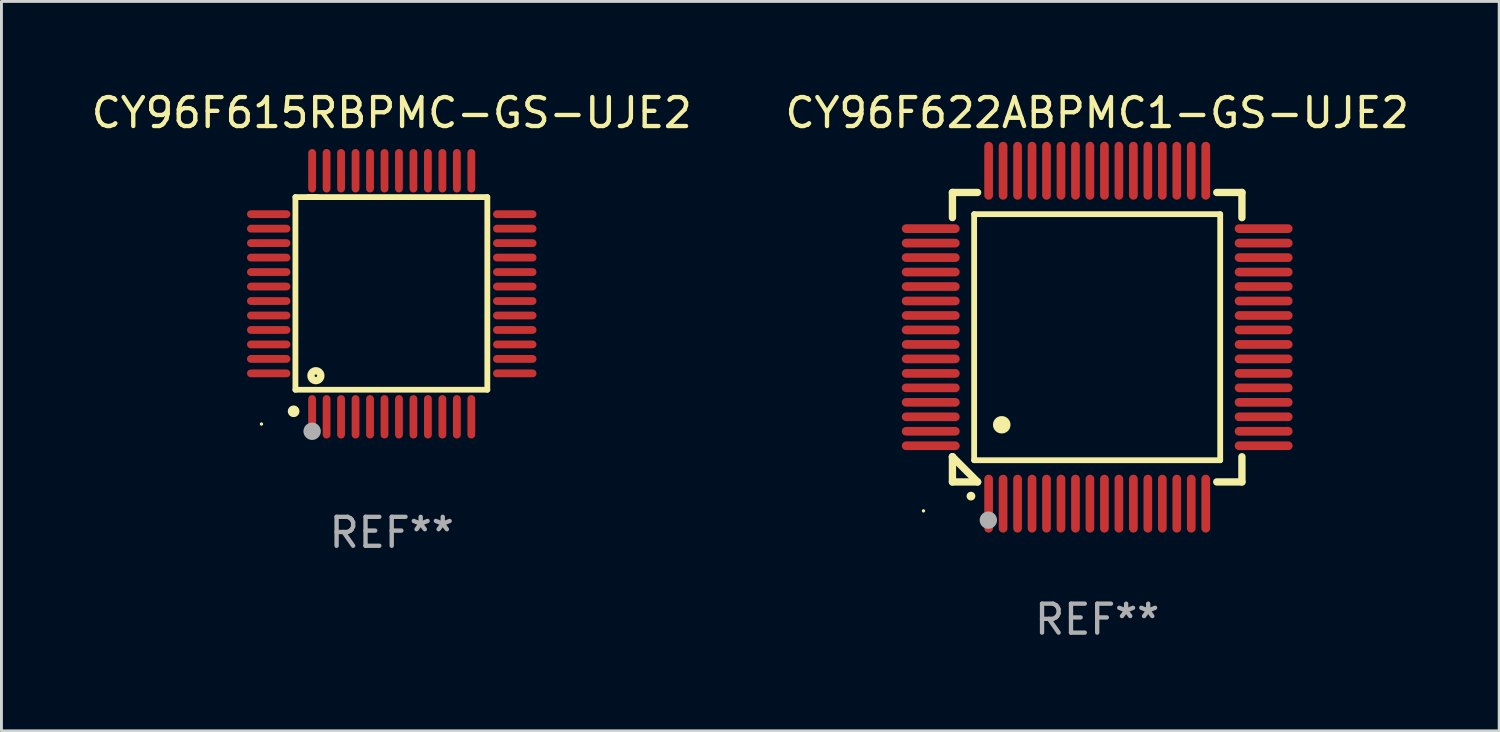
<source format=kicad_pcb>
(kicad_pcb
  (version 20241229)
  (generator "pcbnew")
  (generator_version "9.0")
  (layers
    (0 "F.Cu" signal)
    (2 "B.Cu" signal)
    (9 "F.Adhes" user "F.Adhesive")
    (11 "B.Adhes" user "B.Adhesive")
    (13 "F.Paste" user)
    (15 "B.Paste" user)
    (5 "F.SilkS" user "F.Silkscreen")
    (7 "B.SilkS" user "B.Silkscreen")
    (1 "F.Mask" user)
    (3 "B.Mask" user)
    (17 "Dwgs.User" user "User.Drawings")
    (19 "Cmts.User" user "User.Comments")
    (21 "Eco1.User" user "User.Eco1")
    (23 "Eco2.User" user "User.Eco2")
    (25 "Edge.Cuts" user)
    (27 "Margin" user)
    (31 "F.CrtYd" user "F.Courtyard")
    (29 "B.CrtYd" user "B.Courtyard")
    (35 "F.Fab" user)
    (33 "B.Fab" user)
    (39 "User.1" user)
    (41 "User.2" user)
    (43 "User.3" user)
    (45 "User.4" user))
  (footprint "CY96F615RBPMC-GS-UJE2"
    (layer "F.Cu")
    (at 10.482 7.098)
    (property "Reference" "CY96F615RBPMC-GS-UJE2" (at 0 -6.25 0) (layer "F.SilkS") (effects (font (size 1 1) (thickness 0.15))))
    (attr through_hole)
    (fp_line (start -3.327 -3.34) (end -2.565 -3.34) (stroke (width 0.2) (type solid)) (layer "F.SilkS"))
    (fp_line (start -3.327 3.315) (end -3.327 -3.34) (stroke (width 0.2) (type solid)) (layer "F.SilkS"))
    (fp_line (start -2.896 -3.34) (end 3.302 -3.34) (stroke (width 0.2) (type solid)) (layer "F.SilkS"))
    (fp_line (start 3.302 -3.34) (end 3.302 3.315) (stroke (width 0.2) (type solid)) (layer "F.SilkS"))
    (fp_line (start 3.302 3.315) (end -3.327 3.315) (stroke (width 0.2) (type solid)) (layer "F.SilkS"))
    (fp_arc (start -3.389992 4.059995) (mid -3.388722 4.059991) (end -3.387452 4.059995) (stroke (width 0.4) (type solid)) (layer "F.SilkS"))
    (fp_circle (center -4.5 4.5) (end -4.47 4.5) (stroke (width 0.06) (type solid)) (fill no) (layer "F.SilkS"))
    (fp_circle (center -2.62 2.83) (end -2.45 2.83) (stroke (width 0.254) (type solid)) (fill no) (layer "F.SilkS"))
    (fp_circle (center -2.75 4.75) (end -2.6 4.75) (stroke (width 0.3) (type solid)) (fill no) (layer "F.Fab"))
    (fp_text user "REF**" (at 0 8.25 0) (layer "F.Fab") (effects (font (size 1 1) (thickness 0.15))))
    (pad "1" smd oval (at -2.75 4.25) (size 0.27 1.5) (layers "F.Cu" "F.Mask" "F.Paste"))
    (pad "2" smd oval (at -2.25 4.25) (size 0.27 1.5) (layers "F.Cu" "F.Mask" "F.Paste"))
    (pad "3" smd oval (at -1.75 4.25) (size 0.27 1.5) (layers "F.Cu" "F.Mask" "F.Paste"))
    (pad "4" smd oval (at -1.25 4.25) (size 0.27 1.5) (layers "F.Cu" "F.Mask" "F.Paste"))
    (pad "5" smd oval (at -0.75 4.25) (size 0.27 1.5) (layers "F.Cu" "F.Mask" "F.Paste"))
    (pad "6" smd oval (at -0.25 4.25) (size 0.27 1.5) (layers "F.Cu" "F.Mask" "F.Paste"))
    (pad "7" smd oval (at 0.25 4.25) (size 0.27 1.5) (layers "F.Cu" "F.Mask" "F.Paste"))
    (pad "8" smd oval (at 0.75 4.25) (size 0.27 1.5) (layers "F.Cu" "F.Mask" "F.Paste"))
    (pad "9" smd oval (at 1.25 4.25) (size 0.27 1.5) (layers "F.Cu" "F.Mask" "F.Paste"))
    (pad "10" smd oval (at 1.75 4.25) (size 0.27 1.5) (layers "F.Cu" "F.Mask" "F.Paste"))
    (pad "11" smd oval (at 2.25 4.25) (size 0.27 1.5) (layers "F.Cu" "F.Mask" "F.Paste"))
    (pad "12" smd oval (at 2.75 4.25) (size 0.27 1.5) (layers "F.Cu" "F.Mask" "F.Paste"))
    (pad "13" smd oval (at 4.25 2.75) (size 1.5 0.27) (layers "F.Cu" "F.Mask" "F.Paste"))
    (pad "14" smd oval (at 4.25 2.25) (size 1.5 0.27) (layers "F.Cu" "F.Mask" "F.Paste"))
    (pad "15" smd oval (at 4.25 1.75) (size 1.5 0.27) (layers "F.Cu" "F.Mask" "F.Paste"))
    (pad "16" smd oval (at 4.25 1.25) (size 1.5 0.27) (layers "F.Cu" "F.Mask" "F.Paste"))
    (pad "17" smd oval (at 4.25 0.75) (size 1.5 0.27) (layers "F.Cu" "F.Mask" "F.Paste"))
    (pad "18" smd oval (at 4.25 0.25) (size 1.5 0.27) (layers "F.Cu" "F.Mask" "F.Paste"))
    (pad "19" smd oval (at 4.25 -0.25) (size 1.5 0.27) (layers "F.Cu" "F.Mask" "F.Paste"))
    (pad "20" smd oval (at 4.25 -0.75) (size 1.5 0.27) (layers "F.Cu" "F.Mask" "F.Paste"))
    (pad "21" smd oval (at 4.25 -1.25) (size 1.5 0.27) (layers "F.Cu" "F.Mask" "F.Paste"))
    (pad "22" smd oval (at 4.25 -1.75) (size 1.5 0.27) (layers "F.Cu" "F.Mask" "F.Paste"))
    (pad "23" smd oval (at 4.25 -2.25) (size 1.5 0.27) (layers "F.Cu" "F.Mask" "F.Paste"))
    (pad "24" smd oval (at 4.25 -2.75) (size 1.5 0.27) (layers "F.Cu" "F.Mask" "F.Paste"))
    (pad "25" smd oval (at 2.75 -4.25) (size 0.27 1.5) (layers "F.Cu" "F.Mask" "F.Paste"))
    (pad "26" smd oval (at 2.25 -4.25) (size 0.27 1.5) (layers "F.Cu" "F.Mask" "F.Paste"))
    (pad "27" smd oval (at 1.75 -4.25) (size 0.27 1.5) (layers "F.Cu" "F.Mask" "F.Paste"))
    (pad "28" smd oval (at 1.25 -4.25) (size 0.27 1.5) (layers "F.Cu" "F.Mask" "F.Paste"))
    (pad "29" smd oval (at 0.75 -4.25) (size 0.27 1.5) (layers "F.Cu" "F.Mask" "F.Paste"))
    (pad "30" smd oval (at 0.25 -4.25) (size 0.27 1.5) (layers "F.Cu" "F.Mask" "F.Paste"))
    (pad "31" smd oval (at -0.25 -4.25) (size 0.27 1.5) (layers "F.Cu" "F.Mask" "F.Paste"))
    (pad "32" smd oval (at -0.75 -4.25) (size 0.27 1.5) (layers "F.Cu" "F.Mask" "F.Paste"))
    (pad "33" smd oval (at -1.25 -4.25) (size 0.27 1.5) (layers "F.Cu" "F.Mask" "F.Paste"))
    (pad "34" smd oval (at -1.75 -4.25) (size 0.27 1.5) (layers "F.Cu" "F.Mask" "F.Paste"))
    (pad "35" smd oval (at -2.25 -4.25) (size 0.27 1.5) (layers "F.Cu" "F.Mask" "F.Paste"))
    (pad "36" smd oval (at -2.75 -4.25) (size 0.27 1.5) (layers "F.Cu" "F.Mask" "F.Paste"))
    (pad "37" smd oval (at -4.25 -2.75) (size 1.5 0.27) (layers "F.Cu" "F.Mask" "F.Paste"))
    (pad "38" smd oval (at -4.25 -2.25) (size 1.5 0.27) (layers "F.Cu" "F.Mask" "F.Paste"))
    (pad "39" smd oval (at -4.25 -1.75) (size 1.5 0.27) (layers "F.Cu" "F.Mask" "F.Paste"))
    (pad "40" smd oval (at -4.25 -1.25) (size 1.5 0.27) (layers "F.Cu" "F.Mask" "F.Paste"))
    (pad "41" smd oval (at -4.25 -0.75) (size 1.5 0.27) (layers "F.Cu" "F.Mask" "F.Paste"))
    (pad "42" smd oval (at -4.25 -0.25) (size 1.5 0.27) (layers "F.Cu" "F.Mask" "F.Paste"))
    (pad "43" smd oval (at -4.25 0.25) (size 1.5 0.27) (layers "F.Cu" "F.Mask" "F.Paste"))
    (pad "44" smd oval (at -4.25 0.75) (size 1.5 0.27) (layers "F.Cu" "F.Mask" "F.Paste"))
    (pad "45" smd oval (at -4.25 1.25) (size 1.5 0.27) (layers "F.Cu" "F.Mask" "F.Paste"))
    (pad "46" smd oval (at -4.25 1.75) (size 1.5 0.27) (layers "F.Cu" "F.Mask" "F.Paste"))
    (pad "47" smd oval (at -4.25 2.25) (size 1.5 0.27) (layers "F.Cu" "F.Mask" "F.Paste"))
    (pad "48" smd oval (at -4.25 2.75) (size 1.5 0.27) (layers "F.Cu" "F.Mask" "F.Paste")))
  (footprint "CY96F622ABPMC1-GS-UJE2"
    (layer "F.Cu")
    (at 34.851 8.598)
    (property "Reference" "CY96F622ABPMC1-GS-UJE2" (at 0 -7.75 0) (layer "F.SilkS") (effects (font (size 1 1) (thickness 0.15))))
    (attr through_hole)
    (fp_line (start -5 -5) (end -4.131 -5) (stroke (width 0.254) (type solid)) (layer "F.SilkS"))
    (fp_line (start -5 -4.131) (end -5 -5) (stroke (width 0.254) (type solid)) (layer "F.SilkS"))
    (fp_line (start -5 4.131) (end -5 4.131) (stroke (width 0.254) (type solid)) (layer "F.SilkS"))
    (fp_line (start -5 5) (end -5 4.131) (stroke (width 0.254) (type solid)) (layer "F.SilkS"))
    (fp_line (start -5 4.131) (end -4.131 5) (stroke (width 0.254) (type solid)) (layer "F.SilkS"))
    (fp_line (start -4.25 -4.25) (end -4.25 4.25) (stroke (width 0.2) (type solid)) (layer "F.SilkS"))
    (fp_line (start -4.25 4.25) (end 4.25 4.25) (stroke (width 0.2) (type solid)) (layer "F.SilkS"))
    (fp_line (start -4.131 5) (end -5 5) (stroke (width 0.254) (type solid)) (layer "F.SilkS"))
    (fp_line (start 4.25 -4.25) (end -4.25 -4.25) (stroke (width 0.2) (type solid)) (layer "F.SilkS"))
    (fp_line (start 4.25 4.25) (end 4.25 -4.25) (stroke (width 0.2) (type solid)) (layer "F.SilkS"))
    (fp_line (start 5 -5) (end 4.131 -5) (stroke (width 0.254) (type solid)) (layer "F.SilkS"))
    (fp_line (start 5 -5) (end 5 -4.131) (stroke (width 0.254) (type solid)) (layer "F.SilkS"))
    (fp_line (start 5 4.131) (end 5 5) (stroke (width 0.254) (type solid)) (layer "F.SilkS"))
    (fp_line (start 5 5) (end 4.131 5) (stroke (width 0.254) (type solid)) (layer "F.SilkS"))
    (fp_arc (start -4.361265 5.489992) (mid -4.359995 5.489987) (end -4.358725 5.489992) (stroke (width 0.3) (type solid)) (layer "F.SilkS"))
    (fp_arc (start -3.299467 3.025146) (mid -3.296927 3.025135) (end -3.294387 3.025146) (stroke (width 0.6) (type solid)) (layer "F.SilkS"))
    (fp_circle (center -6 6) (end -5.97 6) (stroke (width 0.06) (type solid)) (fill no) (layer "F.SilkS"))
    (fp_circle (center -3.76 6.32) (end -3.61 6.32) (stroke (width 0.3) (type solid)) (fill no) (layer "F.Fab"))
    (fp_text user "REF**" (at 0 9.75 0) (layer "F.Fab") (effects (font (size 1 1) (thickness 0.15))))
    (pad "1" smd oval (at -3.75 5.75) (size 0.3 2) (layers "F.Cu" "F.Mask" "F.Paste"))
    (pad "2" smd oval (at -3.25 5.75) (size 0.3 2) (layers "F.Cu" "F.Mask" "F.Paste"))
    (pad "3" smd oval (at -2.75 5.75) (size 0.3 2) (layers "F.Cu" "F.Mask" "F.Paste"))
    (pad "4" smd oval (at -2.25 5.75) (size 0.3 2) (layers "F.Cu" "F.Mask" "F.Paste"))
    (pad "5" smd oval (at -1.75 5.75) (size 0.3 2) (layers "F.Cu" "F.Mask" "F.Paste"))
    (pad "6" smd oval (at -1.25 5.75) (size 0.3 2) (layers "F.Cu" "F.Mask" "F.Paste"))
    (pad "7" smd oval (at -0.75 5.75) (size 0.3 2) (layers "F.Cu" "F.Mask" "F.Paste"))
    (pad "8" smd oval (at -0.25 5.75) (size 0.3 2) (layers "F.Cu" "F.Mask" "F.Paste"))
    (pad "9" smd oval (at 0.25 5.75) (size 0.3 2) (layers "F.Cu" "F.Mask" "F.Paste"))
    (pad "10" smd oval (at 0.75 5.75) (size 0.3 2) (layers "F.Cu" "F.Mask" "F.Paste"))
    (pad "11" smd oval (at 1.25 5.75) (size 0.3 2) (layers "F.Cu" "F.Mask" "F.Paste"))
    (pad "12" smd oval (at 1.75 5.75) (size 0.3 2) (layers "F.Cu" "F.Mask" "F.Paste"))
    (pad "13" smd oval (at 2.25 5.75) (size 0.3 2) (layers "F.Cu" "F.Mask" "F.Paste"))
    (pad "14" smd oval (at 2.75 5.75) (size 0.3 2) (layers "F.Cu" "F.Mask" "F.Paste"))
    (pad "15" smd oval (at 3.25 5.75) (size 0.3 2) (layers "F.Cu" "F.Mask" "F.Paste"))
    (pad "16" smd oval (at 3.75 5.75) (size 0.3 2) (layers "F.Cu" "F.Mask" "F.Paste"))
    (pad "17" smd oval (at 5.75 3.75) (size 2 0.3) (layers "F.Cu" "F.Mask" "F.Paste"))
    (pad "18" smd oval (at 5.75 3.25) (size 2 0.3) (layers "F.Cu" "F.Mask" "F.Paste"))
    (pad "19" smd oval (at 5.75 2.75) (size 2 0.3) (layers "F.Cu" "F.Mask" "F.Paste"))
    (pad "20" smd oval (at 5.75 2.25) (size 2 0.3) (layers "F.Cu" "F.Mask" "F.Paste"))
    (pad "21" smd oval (at 5.75 1.75) (size 2 0.3) (layers "F.Cu" "F.Mask" "F.Paste"))
    (pad "22" smd oval (at 5.75 1.25) (size 2 0.3) (layers "F.Cu" "F.Mask" "F.Paste"))
    (pad "23" smd oval (at 5.75 0.75) (size 2 0.3) (layers "F.Cu" "F.Mask" "F.Paste"))
    (pad "24" smd oval (at 5.75 0.25) (size 2 0.3) (layers "F.Cu" "F.Mask" "F.Paste"))
    (pad "25" smd oval (at 5.75 -0.25) (size 2 0.3) (layers "F.Cu" "F.Mask" "F.Paste"))
    (pad "26" smd oval (at 5.75 -0.75) (size 2 0.3) (layers "F.Cu" "F.Mask" "F.Paste"))
    (pad "27" smd oval (at 5.75 -1.25) (size 2 0.3) (layers "F.Cu" "F.Mask" "F.Paste"))
    (pad "28" smd oval (at 5.75 -1.75) (size 2 0.3) (layers "F.Cu" "F.Mask" "F.Paste"))
    (pad "29" smd oval (at 5.75 -2.25) (size 2 0.3) (layers "F.Cu" "F.Mask" "F.Paste"))
    (pad "30" smd oval (at 5.75 -2.75) (size 2 0.3) (layers "F.Cu" "F.Mask" "F.Paste"))
    (pad "31" smd oval (at 5.75 -3.25) (size 2 0.3) (layers "F.Cu" "F.Mask" "F.Paste"))
    (pad "32" smd oval (at 5.75 -3.75) (size 2 0.3) (layers "F.Cu" "F.Mask" "F.Paste"))
    (pad "33" smd oval (at 3.75 -5.75) (size 0.3 2) (layers "F.Cu" "F.Mask" "F.Paste"))
    (pad "34" smd oval (at 3.25 -5.75) (size 0.3 2) (layers "F.Cu" "F.Mask" "F.Paste"))
    (pad "35" smd oval (at 2.75 -5.75) (size 0.3 2) (layers "F.Cu" "F.Mask" "F.Paste"))
    (pad "36" smd oval (at 2.25 -5.75) (size 0.3 2) (layers "F.Cu" "F.Mask" "F.Paste"))
    (pad "37" smd oval (at 1.75 -5.75) (size 0.3 2) (layers "F.Cu" "F.Mask" "F.Paste"))
    (pad "38" smd oval (at 1.25 -5.75) (size 0.3 2) (layers "F.Cu" "F.Mask" "F.Paste"))
    (pad "39" smd oval (at 0.75 -5.75) (size 0.3 2) (layers "F.Cu" "F.Mask" "F.Paste"))
    (pad "40" smd oval (at 0.25 -5.75) (size 0.3 2) (layers "F.Cu" "F.Mask" "F.Paste"))
    (pad "41" smd oval (at -0.25 -5.75) (size 0.3 2) (layers "F.Cu" "F.Mask" "F.Paste"))
    (pad "42" smd oval (at -0.75 -5.75) (size 0.3 2) (layers "F.Cu" "F.Mask" "F.Paste"))
    (pad "43" smd oval (at -1.25 -5.75) (size 0.3 2) (layers "F.Cu" "F.Mask" "F.Paste"))
    (pad "44" smd oval (at -1.75 -5.75) (size 0.3 2) (layers "F.Cu" "F.Mask" "F.Paste"))
    (pad "45" smd oval (at -2.25 -5.75) (size 0.3 2) (layers "F.Cu" "F.Mask" "F.Paste"))
    (pad "46" smd oval (at -2.75 -5.75) (size 0.3 2) (layers "F.Cu" "F.Mask" "F.Paste"))
    (pad "47" smd oval (at -3.25 -5.75) (size 0.3 2) (layers "F.Cu" "F.Mask" "F.Paste"))
    (pad "48" smd oval (at -3.75 -5.75) (size 0.3 2) (layers "F.Cu" "F.Mask" "F.Paste"))
    (pad "49" smd oval (at -5.75 -3.75) (size 2 0.3) (layers "F.Cu" "F.Mask" "F.Paste"))
    (pad "50" smd oval (at -5.75 -3.25) (size 2 0.3) (layers "F.Cu" "F.Mask" "F.Paste"))
    (pad "51" smd oval (at -5.75 -2.75) (size 2 0.3) (layers "F.Cu" "F.Mask" "F.Paste"))
    (pad "52" smd oval (at -5.75 -2.25) (size 2 0.3) (layers "F.Cu" "F.Mask" "F.Paste"))
    (pad "53" smd oval (at -5.75 -1.75) (size 2 0.3) (layers "F.Cu" "F.Mask" "F.Paste"))
    (pad "54" smd oval (at -5.75 -1.25) (size 2 0.3) (layers "F.Cu" "F.Mask" "F.Paste"))
    (pad "55" smd oval (at -5.75 -0.75) (size 2 0.3) (layers "F.Cu" "F.Mask" "F.Paste"))
    (pad "56" smd oval (at -5.75 -0.25) (size 2 0.3) (layers "F.Cu" "F.Mask" "F.Paste"))
    (pad "57" smd oval (at -5.75 0.25) (size 2 0.3) (layers "F.Cu" "F.Mask" "F.Paste"))
    (pad "58" smd oval (at -5.75 0.75) (size 2 0.3) (layers "F.Cu" "F.Mask" "F.Paste"))
    (pad "59" smd oval (at -5.75 1.25) (size 2 0.3) (layers "F.Cu" "F.Mask" "F.Paste"))
    (pad "60" smd oval (at -5.75 1.75) (size 2 0.3) (layers "F.Cu" "F.Mask" "F.Paste"))
    (pad "61" smd oval (at -5.75 2.25) (size 2 0.3) (layers "F.Cu" "F.Mask" "F.Paste"))
    (pad "62" smd oval (at -5.75 2.75) (size 2 0.3) (layers "F.Cu" "F.Mask" "F.Paste"))
    (pad "63" smd oval (at -5.75 3.25) (size 2 0.3) (layers "F.Cu" "F.Mask" "F.Paste"))
    (pad "64" smd oval (at -5.75 3.75) (size 2 0.3) (layers "F.Cu" "F.Mask" "F.Paste")))
  (gr_rect
    (start -3 -3)
    (end 48.738 22.196)
    (stroke (width 0.1) (type default))
    (fill no)
    (layer "Edge.Cuts")))
</source>
